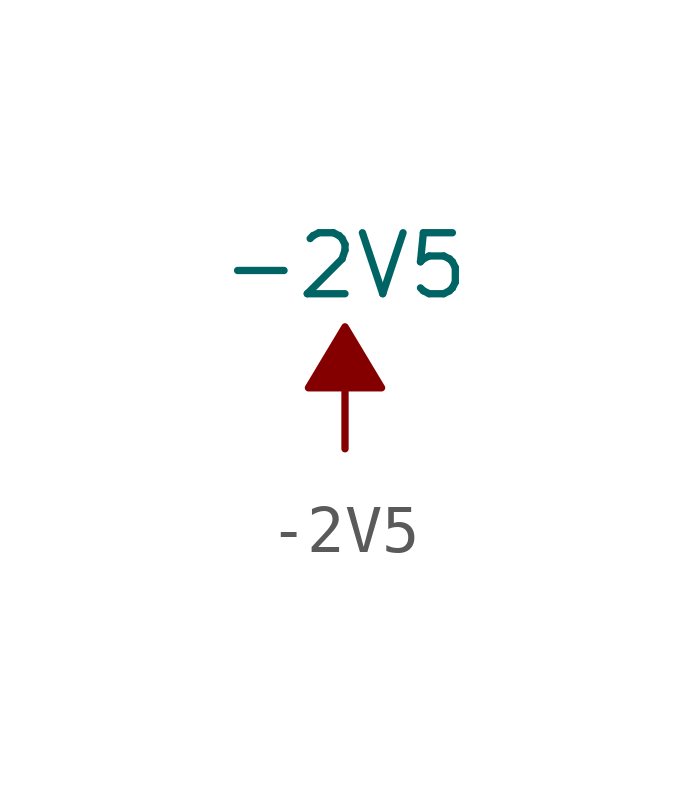
<source format=kicad_sym>
(kicad_symbol_lib
  (version 20211014)
  (generator kicad_symbol_editor)
  (symbol "-2V5"
    (power)
    (pin_names
      (offset 0))
    (property "Reference" "#PWR"
      (at 0 2.54 0)
      (effects (font (size 1.27 1.27)) hide))
    (property "Value" "-2V5"
      (at 0 3.81 0)
      (effects (font (size 1.27 1.27))))
    (symbol "-2V5_0_0"
      (pin power_in line (at 0 0 90) (length 0) hide (name "-2V5" (effects (font (size 1.27 1.27)))) (number "1" (effects (font (size 1.27 1.27))))))
    (symbol "-2V5_0_1"
      (polyline (pts (xy 0 0) (xy 0 1.27) (xy 0.762 1.27) (xy 0 2.54) (xy -0.762 1.27) (xy 0 1.27)) (stroke (width 0) (type default) (color 0 0 0 0)) (fill (type outline))))))
</source>
